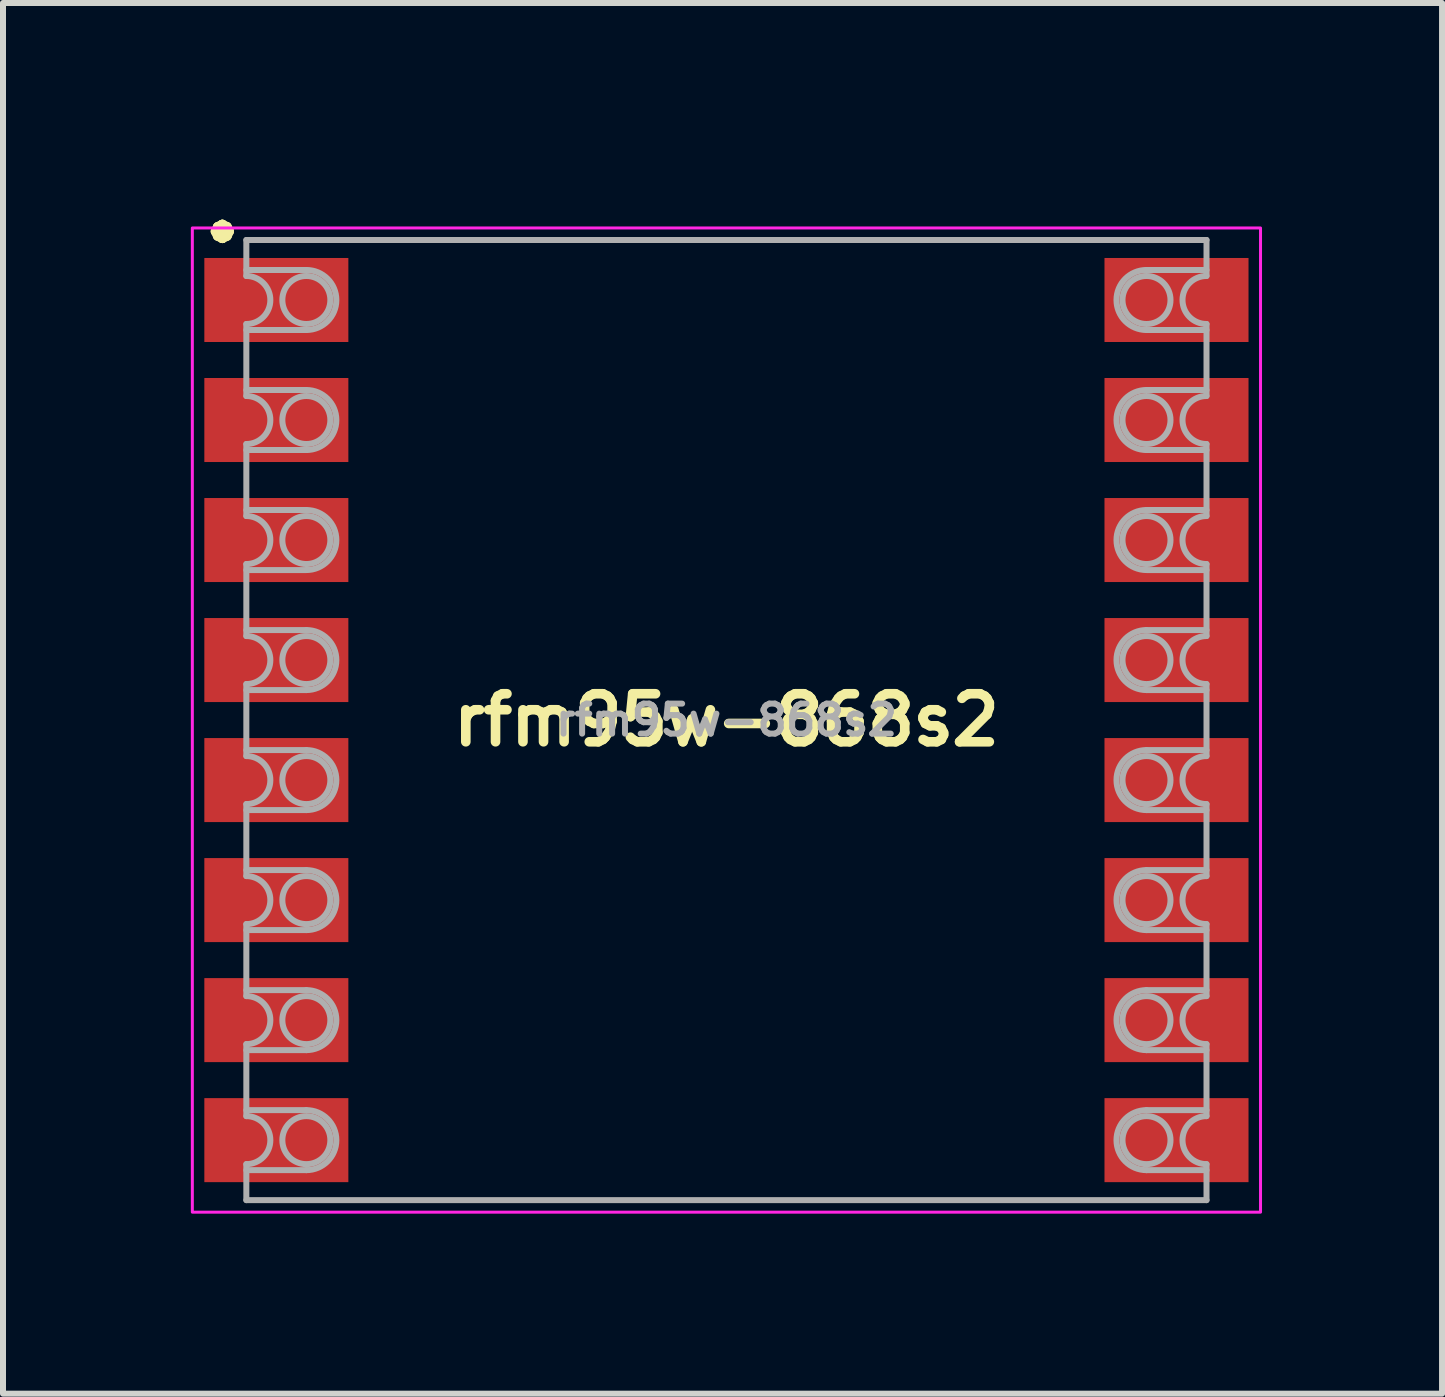
<source format=kicad_pcb>
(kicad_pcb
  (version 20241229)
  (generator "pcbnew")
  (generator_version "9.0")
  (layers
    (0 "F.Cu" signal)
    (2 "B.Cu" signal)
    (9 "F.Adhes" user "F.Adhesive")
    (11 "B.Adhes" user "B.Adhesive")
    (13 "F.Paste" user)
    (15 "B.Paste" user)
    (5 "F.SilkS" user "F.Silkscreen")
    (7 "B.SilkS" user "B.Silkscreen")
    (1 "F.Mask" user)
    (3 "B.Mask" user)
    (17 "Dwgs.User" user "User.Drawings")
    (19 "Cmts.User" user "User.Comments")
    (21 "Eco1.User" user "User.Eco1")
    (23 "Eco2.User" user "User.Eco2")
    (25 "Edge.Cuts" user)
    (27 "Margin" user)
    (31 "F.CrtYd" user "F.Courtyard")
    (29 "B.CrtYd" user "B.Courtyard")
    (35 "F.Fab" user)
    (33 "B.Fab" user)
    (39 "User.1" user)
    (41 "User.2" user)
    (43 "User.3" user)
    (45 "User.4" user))
  (footprint "rfm95w-868s2"
    (layer "F.Cu")
    (at 9.055 8.949)
    (property "Reference" "rfm95w-868s2" (at 0 0 0) (layer "F.SilkS") (effects (font (size 0.8 0.8) (thickness 0.16))))
    (property "Pin_1_mark" "•" (at -8.4 -8.2 0) (layer "F.SilkS") (effects (font (size 0.8 0.8) (thickness 0.16))))
    (attr smd)
    (fp_rect (start -8.9 -8.2) (end 8.9 8.2) (stroke (width 0.05) (type default)) (fill no) (layer "F.CrtYd"))
    (fp_line (start -8 -8) (end 8 -8) (stroke (width 0.1) (type default)) (layer "F.Fab"))
    (fp_line (start -8 -7.5) (end -7 -7.5) (stroke (width 0.1) (type default)) (layer "F.Fab"))
    (fp_line (start -8 -7.4) (end -8 -8) (stroke (width 0.1) (type default)) (layer "F.Fab"))
    (fp_line (start -8 -6.5) (end -7 -6.5) (stroke (width 0.1) (type default)) (layer "F.Fab"))
    (fp_line (start -8 -5.5) (end -7 -5.5) (stroke (width 0.1) (type default)) (layer "F.Fab"))
    (fp_line (start -8 -5.4) (end -8 -6.6) (stroke (width 0.1) (type default)) (layer "F.Fab"))
    (fp_line (start -8 -4.5) (end -7 -4.5) (stroke (width 0.1) (type default)) (layer "F.Fab"))
    (fp_line (start -8 -3.5) (end -7 -3.5) (stroke (width 0.1) (type default)) (layer "F.Fab"))
    (fp_line (start -8 -3.4) (end -8 -4.6) (stroke (width 0.1) (type default)) (layer "F.Fab"))
    (fp_line (start -8 -2.5) (end -7 -2.5) (stroke (width 0.1) (type default)) (layer "F.Fab"))
    (fp_line (start -8 -1.5) (end -7 -1.5) (stroke (width 0.1) (type default)) (layer "F.Fab"))
    (fp_line (start -8 -1.4) (end -8 -2.6) (stroke (width 0.1) (type default)) (layer "F.Fab"))
    (fp_line (start -8 -0.5) (end -7 -0.5) (stroke (width 0.1) (type default)) (layer "F.Fab"))
    (fp_line (start -8 0.5) (end -7 0.5) (stroke (width 0.1) (type default)) (layer "F.Fab"))
    (fp_line (start -8 0.6) (end -8 -0.6) (stroke (width 0.1) (type default)) (layer "F.Fab"))
    (fp_line (start -8 1.5) (end -7 1.5) (stroke (width 0.1) (type default)) (layer "F.Fab"))
    (fp_line (start -8 2.5) (end -7 2.5) (stroke (width 0.1) (type default)) (layer "F.Fab"))
    (fp_line (start -8 2.6) (end -8 1.4) (stroke (width 0.1) (type default)) (layer "F.Fab"))
    (fp_line (start -8 3.5) (end -7 3.5) (stroke (width 0.1) (type default)) (layer "F.Fab"))
    (fp_line (start -8 4.5) (end -7 4.5) (stroke (width 0.1) (type default)) (layer "F.Fab"))
    (fp_line (start -8 4.6) (end -8 3.4) (stroke (width 0.1) (type default)) (layer "F.Fab"))
    (fp_line (start -8 5.5) (end -7 5.5) (stroke (width 0.1) (type default)) (layer "F.Fab"))
    (fp_line (start -8 6.5) (end -7 6.5) (stroke (width 0.1) (type default)) (layer "F.Fab"))
    (fp_line (start -8 6.6) (end -8 5.4) (stroke (width 0.1) (type default)) (layer "F.Fab"))
    (fp_line (start -8 7.5) (end -7 7.5) (stroke (width 0.1) (type default)) (layer "F.Fab"))
    (fp_line (start -8 8) (end -8 7.4) (stroke (width 0.1) (type default)) (layer "F.Fab"))
    (fp_line (start 8 -8) (end 8 -7.4) (stroke (width 0.1) (type default)) (layer "F.Fab"))
    (fp_line (start 8 -7.5) (end 7 -7.5) (stroke (width 0.1) (type default)) (layer "F.Fab"))
    (fp_line (start 8 -6.6) (end 8 -5.4) (stroke (width 0.1) (type default)) (layer "F.Fab"))
    (fp_line (start 8 -6.5) (end 7 -6.5) (stroke (width 0.1) (type default)) (layer "F.Fab"))
    (fp_line (start 8 -5.5) (end 7 -5.5) (stroke (width 0.1) (type default)) (layer "F.Fab"))
    (fp_line (start 8 -4.6) (end 8 -3.4) (stroke (width 0.1) (type default)) (layer "F.Fab"))
    (fp_line (start 8 -4.5) (end 7 -4.5) (stroke (width 0.1) (type default)) (layer "F.Fab"))
    (fp_line (start 8 -3.5) (end 7 -3.5) (stroke (width 0.1) (type default)) (layer "F.Fab"))
    (fp_line (start 8 -2.6) (end 8 -1.4) (stroke (width 0.1) (type default)) (layer "F.Fab"))
    (fp_line (start 8 -2.5) (end 7 -2.5) (stroke (width 0.1) (type default)) (layer "F.Fab"))
    (fp_line (start 8 -1.5) (end 7 -1.5) (stroke (width 0.1) (type default)) (layer "F.Fab"))
    (fp_line (start 8 -0.6) (end 8 0.6) (stroke (width 0.1) (type default)) (layer "F.Fab"))
    (fp_line (start 8 -0.5) (end 7 -0.5) (stroke (width 0.1) (type default)) (layer "F.Fab"))
    (fp_line (start 8 0.5) (end 7 0.5) (stroke (width 0.1) (type default)) (layer "F.Fab"))
    (fp_line (start 8 1.4) (end 8 2.6) (stroke (width 0.1) (type default)) (layer "F.Fab"))
    (fp_line (start 8 1.5) (end 7 1.5) (stroke (width 0.1) (type default)) (layer "F.Fab"))
    (fp_line (start 8 2.5) (end 7 2.5) (stroke (width 0.1) (type default)) (layer "F.Fab"))
    (fp_line (start 8 3.4) (end 8 4.6) (stroke (width 0.1) (type default)) (layer "F.Fab"))
    (fp_line (start 8 3.5) (end 7 3.5) (stroke (width 0.1) (type default)) (layer "F.Fab"))
    (fp_line (start 8 4.5) (end 7 4.5) (stroke (width 0.1) (type default)) (layer "F.Fab"))
    (fp_line (start 8 5.4) (end 8 6.6) (stroke (width 0.1) (type default)) (layer "F.Fab"))
    (fp_line (start 8 5.5) (end 7 5.5) (stroke (width 0.1) (type default)) (layer "F.Fab"))
    (fp_line (start 8 6.5) (end 7 6.5) (stroke (width 0.1) (type default)) (layer "F.Fab"))
    (fp_line (start 8 7.4) (end 8 8) (stroke (width 0.1) (type default)) (layer "F.Fab"))
    (fp_line (start 8 7.5) (end 7 7.5) (stroke (width 0.1) (type default)) (layer "F.Fab"))
    (fp_line (start 8 8) (end -8 8) (stroke (width 0.1) (type default)) (layer "F.Fab"))
    (fp_arc (start -8 -7.4) (mid -7.6 -7) (end -8 -6.6) (stroke (width 0.1) (type default)) (layer "F.Fab"))
    (fp_arc (start -8 -5.4) (mid -7.6 -5) (end -8 -4.6) (stroke (width 0.1) (type default)) (layer "F.Fab"))
    (fp_arc (start -8 -3.4) (mid -7.6 -3) (end -8 -2.6) (stroke (width 0.1) (type default)) (layer "F.Fab"))
    (fp_arc (start -8 -1.4) (mid -7.6 -1) (end -8 -0.6) (stroke (width 0.1) (type default)) (layer "F.Fab"))
    (fp_arc (start -8 0.6) (mid -7.6 1) (end -8 1.4) (stroke (width 0.1) (type default)) (layer "F.Fab"))
    (fp_arc (start -8 2.6) (mid -7.6 3) (end -8 3.4) (stroke (width 0.1) (type default)) (layer "F.Fab"))
    (fp_arc (start -8 4.6) (mid -7.6 5) (end -8 5.4) (stroke (width 0.1) (type default)) (layer "F.Fab"))
    (fp_arc (start -8 6.6) (mid -7.6 7) (end -8 7.4) (stroke (width 0.1) (type default)) (layer "F.Fab"))
    (fp_arc (start -7 -7.5) (mid -6.5 -7) (end -7 -6.5) (stroke (width 0.1) (type default)) (layer "F.Fab"))
    (fp_arc (start -7 -5.5) (mid -6.5 -5) (end -7 -4.5) (stroke (width 0.1) (type default)) (layer "F.Fab"))
    (fp_arc (start -7 -3.5) (mid -6.5 -3) (end -7 -2.5) (stroke (width 0.1) (type default)) (layer "F.Fab"))
    (fp_arc (start -7 -1.5) (mid -6.5 -1) (end -7 -0.5) (stroke (width 0.1) (type default)) (layer "F.Fab"))
    (fp_arc (start -7 0.5) (mid -6.5 1) (end -7 1.5) (stroke (width 0.1) (type default)) (layer "F.Fab"))
    (fp_arc (start -7 2.5) (mid -6.5 3) (end -7 3.5) (stroke (width 0.1) (type default)) (layer "F.Fab"))
    (fp_arc (start -7 4.5) (mid -6.5 5) (end -7 5.5) (stroke (width 0.1) (type default)) (layer "F.Fab"))
    (fp_arc (start -7 6.5) (mid -6.5 7) (end -7 7.5) (stroke (width 0.1) (type default)) (layer "F.Fab"))
    (fp_arc (start 7 -6.5) (mid 6.5 -7) (end 7 -7.5) (stroke (width 0.1) (type default)) (layer "F.Fab"))
    (fp_arc (start 7 -4.5) (mid 6.5 -5) (end 7 -5.5) (stroke (width 0.1) (type default)) (layer "F.Fab"))
    (fp_arc (start 7 -2.5) (mid 6.5 -3) (end 7 -3.5) (stroke (width 0.1) (type default)) (layer "F.Fab"))
    (fp_arc (start 7 -0.5) (mid 6.5 -1) (end 7 -1.5) (stroke (width 0.1) (type default)) (layer "F.Fab"))
    (fp_arc (start 7 1.5) (mid 6.5 1) (end 7 0.5) (stroke (width 0.1) (type default)) (layer "F.Fab"))
    (fp_arc (start 7 3.5) (mid 6.5 3) (end 7 2.5) (stroke (width 0.1) (type default)) (layer "F.Fab"))
    (fp_arc (start 7 5.5) (mid 6.5 5) (end 7 4.5) (stroke (width 0.1) (type default)) (layer "F.Fab"))
    (fp_arc (start 7 7.5) (mid 6.5 7) (end 7 6.5) (stroke (width 0.1) (type default)) (layer "F.Fab"))
    (fp_arc (start 8 -6.6) (mid 7.6 -7) (end 8 -7.4) (stroke (width 0.1) (type default)) (layer "F.Fab"))
    (fp_arc (start 8 -4.6) (mid 7.6 -5) (end 8 -5.4) (stroke (width 0.1) (type default)) (layer "F.Fab"))
    (fp_arc (start 8 -2.6) (mid 7.6 -3) (end 8 -3.4) (stroke (width 0.1) (type default)) (layer "F.Fab"))
    (fp_arc (start 8 -0.6) (mid 7.6 -1) (end 8 -1.4) (stroke (width 0.1) (type default)) (layer "F.Fab"))
    (fp_arc (start 8 1.4) (mid 7.6 1) (end 8 0.6) (stroke (width 0.1) (type default)) (layer "F.Fab"))
    (fp_arc (start 8 3.4) (mid 7.6 3) (end 8 2.6) (stroke (width 0.1) (type default)) (layer "F.Fab"))
    (fp_arc (start 8 5.4) (mid 7.6 5) (end 8 4.6) (stroke (width 0.1) (type default)) (layer "F.Fab"))
    (fp_arc (start 8 7.4) (mid 7.6 7) (end 8 6.6) (stroke (width 0.1) (type default)) (layer "F.Fab"))
    (fp_circle (center -7 -7) (end -6.6 -7) (stroke (width 0.1) (type default)) (fill no) (layer "F.Fab"))
    (fp_circle (center -7 -5) (end -6.6 -5) (stroke (width 0.1) (type default)) (fill no) (layer "F.Fab"))
    (fp_circle (center -7 -3) (end -6.6 -3) (stroke (width 0.1) (type default)) (fill no) (layer "F.Fab"))
    (fp_circle (center -7 -1) (end -6.6 -1) (stroke (width 0.1) (type default)) (fill no) (layer "F.Fab"))
    (fp_circle (center -7 1) (end -6.6 1) (stroke (width 0.1) (type default)) (fill no) (layer "F.Fab"))
    (fp_circle (center -7 3) (end -6.6 3) (stroke (width 0.1) (type default)) (fill no) (layer "F.Fab"))
    (fp_circle (center -7 5) (end -6.6 5) (stroke (width 0.1) (type default)) (fill no) (layer "F.Fab"))
    (fp_circle (center -7 7) (end -6.6 7) (stroke (width 0.1) (type default)) (fill no) (layer "F.Fab"))
    (fp_circle (center 7 -7) (end 6.6 -7) (stroke (width 0.1) (type default)) (fill no) (layer "F.Fab"))
    (fp_circle (center 7 -5) (end 6.6 -5) (stroke (width 0.1) (type default)) (fill no) (layer "F.Fab"))
    (fp_circle (center 7 -3) (end 6.6 -3) (stroke (width 0.1) (type default)) (fill no) (layer "F.Fab"))
    (fp_circle (center 7 -1) (end 6.6 -1) (stroke (width 0.1) (type default)) (fill no) (layer "F.Fab"))
    (fp_circle (center 7 1) (end 6.6 1) (stroke (width 0.1) (type default)) (fill no) (layer "F.Fab"))
    (fp_circle (center 7 3) (end 6.6 3) (stroke (width 0.1) (type default)) (fill no) (layer "F.Fab"))
    (fp_circle (center 7 5) (end 6.6 5) (stroke (width 0.1) (type default)) (fill no) (layer "F.Fab"))
    (fp_circle (center 7 7) (end 6.6 7) (stroke (width 0.1) (type default)) (fill no) (layer "F.Fab"))
    (fp_text user "${REFERENCE}" (at 0 0 0) (layer "F.Fab") (effects (font (size 0.5 0.5) (thickness 0.1))))
    (pad "1" smd rect (at -7.5 -7) (size 2.4 1.4) (layers "F.Cu" "F.Mask" "F.Paste"))
    (pad "2" smd rect (at -7.5 -5) (size 2.4 1.4) (layers "F.Cu" "F.Mask" "F.Paste"))
    (pad "3" smd rect (at -7.5 -3) (size 2.4 1.4) (layers "F.Cu" "F.Mask" "F.Paste"))
    (pad "4" smd rect (at -7.5 -1) (size 2.4 1.4) (layers "F.Cu" "F.Mask" "F.Paste"))
    (pad "5" smd rect (at -7.5 1) (size 2.4 1.4) (layers "F.Cu" "F.Mask" "F.Paste"))
    (pad "6" smd rect (at -7.5 3) (size 2.4 1.4) (layers "F.Cu" "F.Mask" "F.Paste"))
    (pad "7" smd rect (at -7.5 5) (size 2.4 1.4) (layers "F.Cu" "F.Mask" "F.Paste"))
    (pad "8" smd rect (at -7.5 7) (size 2.4 1.4) (layers "F.Cu" "F.Mask" "F.Paste"))
    (pad "9" smd rect (at 7.5 7) (size 2.4 1.4) (layers "F.Cu" "F.Mask" "F.Paste"))
    (pad "10" smd rect (at 7.5 5) (size 2.4 1.4) (layers "F.Cu" "F.Mask" "F.Paste"))
    (pad "11" smd rect (at 7.5 3) (size 2.4 1.4) (layers "F.Cu" "F.Mask" "F.Paste"))
    (pad "12" smd rect (at 7.5 1) (size 2.4 1.4) (layers "F.Cu" "F.Mask" "F.Paste"))
    (pad "13" smd rect (at 7.5 -1) (size 2.4 1.4) (layers "F.Cu" "F.Mask" "F.Paste"))
    (pad "14" smd rect (at 7.5 -3) (size 2.4 1.4) (layers "F.Cu" "F.Mask" "F.Paste"))
    (pad "15" smd rect (at 7.5 -5) (size 2.4 1.4) (layers "F.Cu" "F.Mask" "F.Paste"))
    (pad "16" smd rect (at 7.5 -7) (size 2.4 1.4) (layers "F.Cu" "F.Mask" "F.Paste")))
  (gr_rect
    (start -3 -3)
    (end 20.98 20.174)
    (stroke (width 0.1) (type default))
    (fill no)
    (layer "Edge.Cuts")))
</source>
